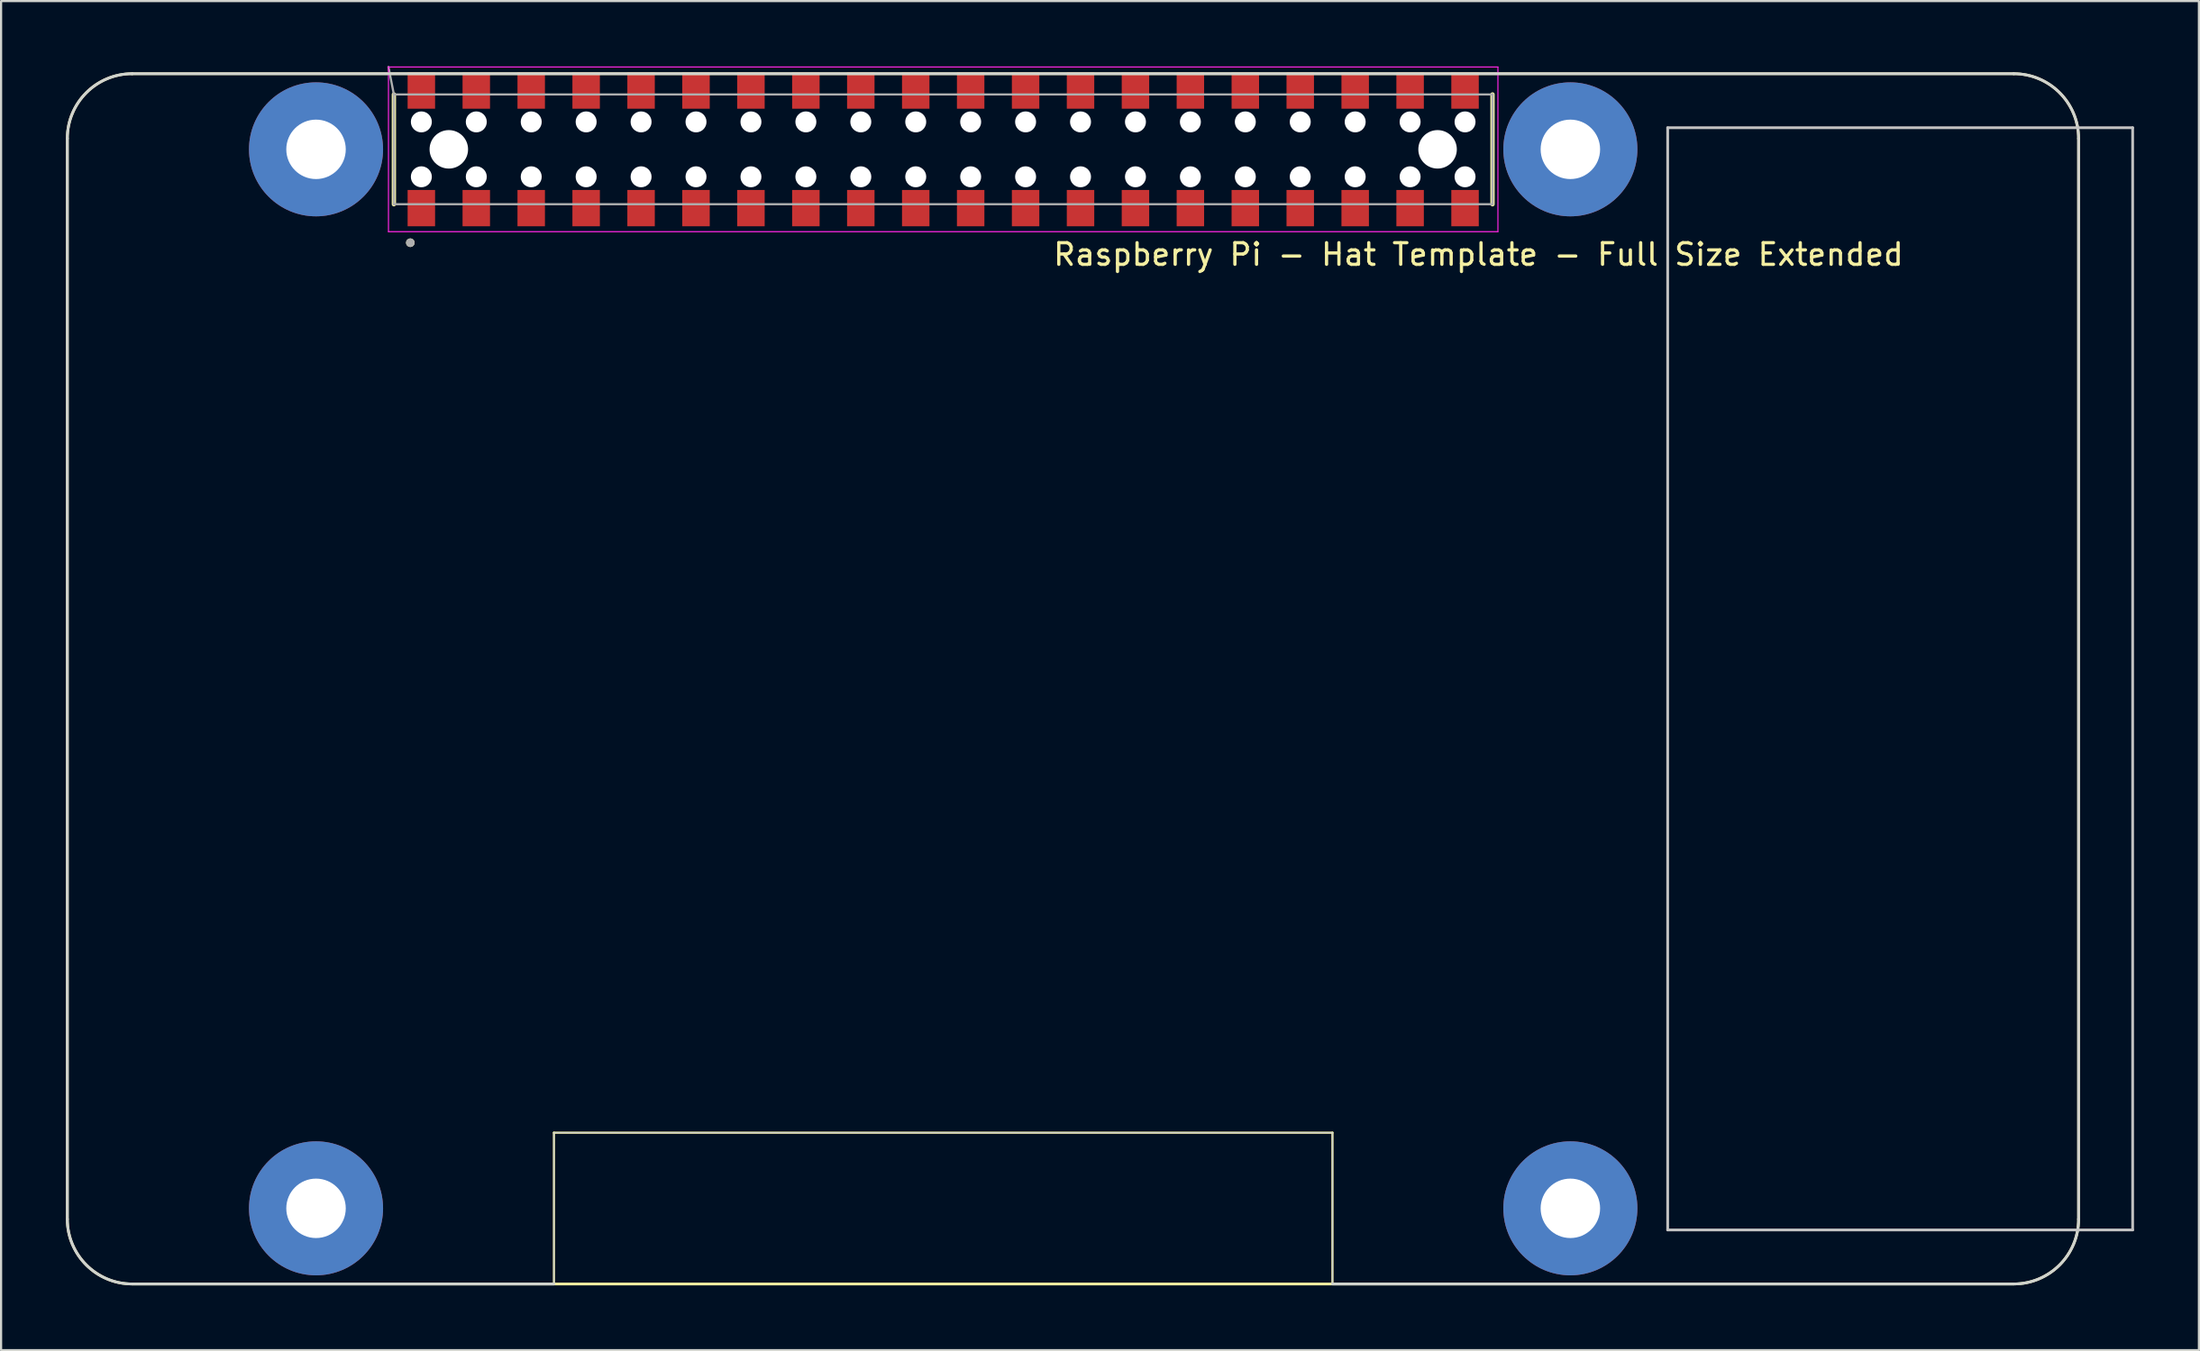
<source format=kicad_pcb>
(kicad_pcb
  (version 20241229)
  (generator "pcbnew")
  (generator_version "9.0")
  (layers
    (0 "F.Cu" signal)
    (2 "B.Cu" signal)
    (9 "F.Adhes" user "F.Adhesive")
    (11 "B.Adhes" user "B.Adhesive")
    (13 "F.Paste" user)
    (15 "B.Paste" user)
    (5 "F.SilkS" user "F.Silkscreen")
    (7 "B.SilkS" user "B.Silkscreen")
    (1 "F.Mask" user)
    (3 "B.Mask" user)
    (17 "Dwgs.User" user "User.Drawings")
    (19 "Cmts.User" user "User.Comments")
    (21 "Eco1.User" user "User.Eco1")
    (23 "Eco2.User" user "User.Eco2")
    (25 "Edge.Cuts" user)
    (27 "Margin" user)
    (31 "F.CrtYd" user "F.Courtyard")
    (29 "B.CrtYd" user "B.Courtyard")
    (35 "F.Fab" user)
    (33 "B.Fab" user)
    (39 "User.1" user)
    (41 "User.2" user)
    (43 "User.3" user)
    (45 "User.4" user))
  (footprint "Raspberry Pi - Hat Template - Full Size Extended"
    (layer "F.Cu")
    (at 40.563 3.86)
    (property "Reference" "Raspberry Pi - Hat Template - Full Size Extended" (at 24.75 4.864 0) (layer "F.SilkS") (effects (font (size 1 1) (thickness 0.15))))
    (attr through_hole)
    (fp_line (start -40.5 -0.5) (end -40.5 49.5) (stroke (width 0.127) (type solid)) (layer "F.SilkS"))
    (fp_line (start -37.5 52.5) (end 49.5 52.5) (stroke (width 0.127) (type solid)) (layer "F.SilkS"))
    (fp_line (start -25.4 2.54) (end -25.4 -2.54) (stroke (width 0.2) (type solid)) (layer "F.SilkS"))
    (fp_line (start -18 45.5) (end -18 52.5) (stroke (width 0.1) (type default)) (layer "F.SilkS"))
    (fp_line (start 18 45.5) (end -18 45.5) (stroke (width 0.1) (type default)) (layer "F.SilkS"))
    (fp_line (start 18 52.5) (end 18 45.5) (stroke (width 0.1) (type default)) (layer "F.SilkS"))
    (fp_line (start 25.4 2.54) (end 25.4 -2.54) (stroke (width 0.2) (type solid)) (layer "F.SilkS"))
    (fp_line (start 49.5 -3.5) (end -37.5 -3.5) (stroke (width 0.127) (type solid)) (layer "F.SilkS"))
    (fp_line (start 52.5 49.5) (end 52.5 -0.5) (stroke (width 0.127) (type solid)) (layer "F.SilkS"))
    (fp_arc (start -40.5 -0.499999) (mid -39.62132 -2.62132) (end -37.499998 -3.5) (stroke (width 0.127) (type solid)) (layer "F.SilkS"))
    (fp_arc (start -37.499999 52.5) (mid -39.62132 51.62132) (end -40.5 49.499999) (stroke (width 0.127) (type solid)) (layer "F.SilkS"))
    (fp_arc (start 49.5 -3.5) (mid 51.62132 -2.62132) (end 52.5 -0.5) (stroke (width 0.127) (type solid)) (layer "F.SilkS"))
    (fp_arc (start 52.5 49.5) (mid 51.62132 51.62132) (end 49.5 52.5) (stroke (width 0.127) (type solid)) (layer "F.SilkS"))
    (fp_circle (center -24.64 4.32) (end -24.74 4.32) (stroke (width 0.2) (type solid)) (fill no) (layer "F.SilkS"))
    (fp_line (start 33.5 -1) (end 33.5 50) (stroke (width 0.127) (type solid)) (layer "Dwgs.User"))
    (fp_line (start 33.5 50) (end 55 50) (stroke (width 0.127) (type solid)) (layer "Dwgs.User"))
    (fp_line (start 55 -1) (end 33.5 -1) (stroke (width 0.127) (type solid)) (layer "Dwgs.User"))
    (fp_line (start 55 50) (end 55 -1) (stroke (width 0.127) (type solid)) (layer "Dwgs.User"))
    (fp_line (start -40.5 -0.5) (end -40.5 49.5) (stroke (width 0.127) (type solid)) (layer "Edge.Cuts"))
    (fp_line (start -37.5 52.5) (end -18 52.5) (stroke (width 0.127) (type solid)) (layer "Edge.Cuts"))
    (fp_line (start -18 45.5) (end 18 45.5) (stroke (width 0.05) (type default)) (layer "Edge.Cuts"))
    (fp_line (start -18 52.5) (end -18 45.5) (stroke (width 0.05) (type default)) (layer "Edge.Cuts"))
    (fp_line (start 18 45.5) (end 18 52.5) (stroke (width 0.05) (type default)) (layer "Edge.Cuts"))
    (fp_line (start 18 52.5) (end 49.5 52.5) (stroke (width 0.127) (type solid)) (layer "Edge.Cuts"))
    (fp_line (start 49.5 -3.5) (end -37.5 -3.5) (stroke (width 0.127) (type solid)) (layer "Edge.Cuts"))
    (fp_line (start 52.5 49.5) (end 52.5 -0.5) (stroke (width 0.127) (type solid)) (layer "Edge.Cuts"))
    (fp_arc (start -40.5 -0.499999) (mid -39.62132 -2.62132) (end -37.499999 -3.5) (stroke (width 0.127) (type solid)) (layer "Edge.Cuts"))
    (fp_arc (start -37.499999 52.5) (mid -39.62132 51.62132) (end -40.5 49.499999) (stroke (width 0.127) (type solid)) (layer "Edge.Cuts"))
    (fp_arc (start 49.5 -3.5) (mid 51.62132 -2.62132) (end 52.5 -0.5) (stroke (width 0.127) (type solid)) (layer "Edge.Cuts"))
    (fp_arc (start 52.5 49.5) (mid 51.62132 51.62132) (end 49.5 52.5) (stroke (width 0.127) (type solid)) (layer "Edge.Cuts"))
    (fp_line (start -25.65 -3.81) (end -25.65 3.81) (stroke (width 0.05) (type solid)) (layer "F.CrtYd"))
    (fp_line (start -25.65 3.81) (end 25.65 3.81) (stroke (width 0.05) (type solid)) (layer "F.CrtYd"))
    (fp_line (start 25.65 -3.81) (end -25.65 -3.81) (stroke (width 0.05) (type solid)) (layer "F.CrtYd"))
    (fp_line (start 25.65 3.81) (end 25.65 -3.81) (stroke (width 0.05) (type solid)) (layer "F.CrtYd"))
    (fp_line (start -25.4 -2.54) (end -25.65 -3.81) (stroke (width 0.1) (type default)) (layer "F.Fab"))
    (fp_line (start -25.4 -2.54) (end -25.4 2.54) (stroke (width 0.1) (type solid)) (layer "F.Fab"))
    (fp_line (start -25.4 2.54) (end 25.4 2.54) (stroke (width 0.1) (type solid)) (layer "F.Fab"))
    (fp_line (start 25.4 -2.54) (end -25.4 -2.54) (stroke (width 0.1) (type solid)) (layer "F.Fab"))
    (fp_line (start 25.4 2.54) (end 25.4 -2.54) (stroke (width 0.1) (type solid)) (layer "F.Fab"))
    (fp_circle (center -24.64 4.32) (end -24.74 4.32) (stroke (width 0.2) (type solid)) (fill no) (layer "F.Fab"))
    (pad "" np_thru_hole circle (at -24.13 -1.27) (size 0.97 0.97) (drill 0.97) (layers "*.Cu" "*.Mask"))
    (pad "" np_thru_hole circle (at -24.13 1.27) (size 0.97 0.97) (drill 0.97) (layers "*.Cu" "*.Mask"))
    (pad "" np_thru_hole circle (at -22.86 0) (size 1.78 1.78) (drill 1.78) (layers "*.Cu" "*.Mask"))
    (pad "" np_thru_hole circle (at -21.59 -1.27) (size 0.97 0.97) (drill 0.97) (layers "*.Cu" "*.Mask"))
    (pad "" np_thru_hole circle (at -21.59 1.27) (size 0.97 0.97) (drill 0.97) (layers "*.Cu" "*.Mask"))
    (pad "" np_thru_hole circle (at -19.05 -1.27) (size 0.97 0.97) (drill 0.97) (layers "*.Cu" "*.Mask"))
    (pad "" np_thru_hole circle (at -19.05 1.27) (size 0.97 0.97) (drill 0.97) (layers "*.Cu" "*.Mask"))
    (pad "" np_thru_hole circle (at -16.51 -1.27) (size 0.97 0.97) (drill 0.97) (layers "*.Cu" "*.Mask"))
    (pad "" np_thru_hole circle (at -16.51 1.27) (size 0.97 0.97) (drill 0.97) (layers "*.Cu" "*.Mask"))
    (pad "" np_thru_hole circle (at -13.97 -1.27) (size 0.97 0.97) (drill 0.97) (layers "*.Cu" "*.Mask"))
    (pad "" np_thru_hole circle (at -13.97 1.27) (size 0.97 0.97) (drill 0.97) (layers "*.Cu" "*.Mask"))
    (pad "" np_thru_hole circle (at -11.43 -1.27) (size 0.97 0.97) (drill 0.97) (layers "*.Cu" "*.Mask"))
    (pad "" np_thru_hole circle (at -11.43 1.27) (size 0.97 0.97) (drill 0.97) (layers "*.Cu" "*.Mask"))
    (pad "" np_thru_hole circle (at -8.89 -1.27) (size 0.97 0.97) (drill 0.97) (layers "*.Cu" "*.Mask"))
    (pad "" np_thru_hole circle (at -8.89 1.27) (size 0.97 0.97) (drill 0.97) (layers "*.Cu" "*.Mask"))
    (pad "" np_thru_hole circle (at -6.35 -1.27) (size 0.97 0.97) (drill 0.97) (layers "*.Cu" "*.Mask"))
    (pad "" np_thru_hole circle (at -6.35 1.27) (size 0.97 0.97) (drill 0.97) (layers "*.Cu" "*.Mask"))
    (pad "" np_thru_hole circle (at -3.81 -1.27) (size 0.97 0.97) (drill 0.97) (layers "*.Cu" "*.Mask"))
    (pad "" np_thru_hole circle (at -3.81 1.27) (size 0.97 0.97) (drill 0.97) (layers "*.Cu" "*.Mask"))
    (pad "" np_thru_hole circle (at -1.27 -1.27) (size 0.97 0.97) (drill 0.97) (layers "*.Cu" "*.Mask"))
    (pad "" np_thru_hole circle (at -1.27 1.27) (size 0.97 0.97) (drill 0.97) (layers "*.Cu" "*.Mask"))
    (pad "" np_thru_hole circle (at 1.27 -1.27) (size 0.97 0.97) (drill 0.97) (layers "*.Cu" "*.Mask"))
    (pad "" np_thru_hole circle (at 1.27 1.27) (size 0.97 0.97) (drill 0.97) (layers "*.Cu" "*.Mask"))
    (pad "" np_thru_hole circle (at 3.81 -1.27) (size 0.97 0.97) (drill 0.97) (layers "*.Cu" "*.Mask"))
    (pad "" np_thru_hole circle (at 3.81 1.27) (size 0.97 0.97) (drill 0.97) (layers "*.Cu" "*.Mask"))
    (pad "" np_thru_hole circle (at 6.35 -1.27) (size 0.97 0.97) (drill 0.97) (layers "*.Cu" "*.Mask"))
    (pad "" np_thru_hole circle (at 6.35 1.27) (size 0.97 0.97) (drill 0.97) (layers "*.Cu" "*.Mask"))
    (pad "" np_thru_hole circle (at 8.89 -1.27) (size 0.97 0.97) (drill 0.97) (layers "*.Cu" "*.Mask"))
    (pad "" np_thru_hole circle (at 8.89 1.27) (size 0.97 0.97) (drill 0.97) (layers "*.Cu" "*.Mask"))
    (pad "" np_thru_hole circle (at 11.43 -1.27) (size 0.97 0.97) (drill 0.97) (layers "*.Cu" "*.Mask"))
    (pad "" np_thru_hole circle (at 11.43 1.27) (size 0.97 0.97) (drill 0.97) (layers "*.Cu" "*.Mask"))
    (pad "" np_thru_hole circle (at 13.97 -1.27) (size 0.97 0.97) (drill 0.97) (layers "*.Cu" "*.Mask"))
    (pad "" np_thru_hole circle (at 13.97 1.27) (size 0.97 0.97) (drill 0.97) (layers "*.Cu" "*.Mask"))
    (pad "" np_thru_hole circle (at 16.51 -1.27) (size 0.97 0.97) (drill 0.97) (layers "*.Cu" "*.Mask"))
    (pad "" np_thru_hole circle (at 16.51 1.27) (size 0.97 0.97) (drill 0.97) (layers "*.Cu" "*.Mask"))
    (pad "" np_thru_hole circle (at 19.05 -1.27) (size 0.97 0.97) (drill 0.97) (layers "*.Cu" "*.Mask"))
    (pad "" np_thru_hole circle (at 19.05 1.27) (size 0.97 0.97) (drill 0.97) (layers "*.Cu" "*.Mask"))
    (pad "" np_thru_hole circle (at 21.59 -1.27) (size 0.97 0.97) (drill 0.97) (layers "*.Cu" "*.Mask"))
    (pad "" np_thru_hole circle (at 21.59 1.27) (size 0.97 0.97) (drill 0.97) (layers "*.Cu" "*.Mask"))
    (pad "" np_thru_hole circle (at 22.86 0) (size 1.78 1.78) (drill 1.78) (layers "*.Cu" "*.Mask"))
    (pad "" np_thru_hole circle (at 24.13 -1.27) (size 0.97 0.97) (drill 0.97) (layers "*.Cu" "*.Mask"))
    (pad "" np_thru_hole circle (at 24.13 1.27) (size 0.97 0.97) (drill 0.97) (layers "*.Cu" "*.Mask"))
    (pad "01" smd rect (at -24.13 2.72) (size 1.27 1.68) (layers "F.Cu" "F.Mask" "F.Paste"))
    (pad "02" smd rect (at -24.13 -2.72) (size 1.27 1.68) (layers "F.Cu" "F.Mask" "F.Paste"))
    (pad "03" smd rect (at -21.59 2.72) (size 1.27 1.68) (layers "F.Cu" "F.Mask" "F.Paste"))
    (pad "04" smd rect (at -21.59 -2.72) (size 1.27 1.68) (layers "F.Cu" "F.Mask" "F.Paste"))
    (pad "05" smd rect (at -19.05 2.72) (size 1.27 1.68) (layers "F.Cu" "F.Mask" "F.Paste"))
    (pad "06" smd rect (at -19.05 -2.72) (size 1.27 1.68) (layers "F.Cu" "F.Mask" "F.Paste"))
    (pad "07" smd rect (at -16.51 2.72) (size 1.27 1.68) (layers "F.Cu" "F.Mask" "F.Paste"))
    (pad "08" smd rect (at -16.51 -2.72) (size 1.27 1.68) (layers "F.Cu" "F.Mask" "F.Paste"))
    (pad "09" smd rect (at -13.97 2.72) (size 1.27 1.68) (layers "F.Cu" "F.Mask" "F.Paste"))
    (pad "10" smd rect (at -13.97 -2.72) (size 1.27 1.68) (layers "F.Cu" "F.Mask" "F.Paste"))
    (pad "11" smd rect (at -11.43 2.72) (size 1.27 1.68) (layers "F.Cu" "F.Mask" "F.Paste"))
    (pad "12" smd rect (at -11.43 -2.72) (size 1.27 1.68) (layers "F.Cu" "F.Mask" "F.Paste"))
    (pad "13" smd rect (at -8.89 2.72) (size 1.27 1.68) (layers "F.Cu" "F.Mask" "F.Paste"))
    (pad "14" smd rect (at -8.89 -2.72) (size 1.27 1.68) (layers "F.Cu" "F.Mask" "F.Paste"))
    (pad "15" smd rect (at -6.35 2.72) (size 1.27 1.68) (layers "F.Cu" "F.Mask" "F.Paste"))
    (pad "16" smd rect (at -6.35 -2.72) (size 1.27 1.68) (layers "F.Cu" "F.Mask" "F.Paste"))
    (pad "17" smd rect (at -3.81 2.72) (size 1.27 1.68) (layers "F.Cu" "F.Mask" "F.Paste"))
    (pad "18" smd rect (at -3.81 -2.72) (size 1.27 1.68) (layers "F.Cu" "F.Mask" "F.Paste"))
    (pad "19" smd rect (at -1.27 2.72) (size 1.27 1.68) (layers "F.Cu" "F.Mask" "F.Paste"))
    (pad "20" smd rect (at -1.27 -2.72) (size 1.27 1.68) (layers "F.Cu" "F.Mask" "F.Paste"))
    (pad "21" smd rect (at 1.27 2.72) (size 1.27 1.68) (layers "F.Cu" "F.Mask" "F.Paste"))
    (pad "22" smd rect (at 1.27 -2.72) (size 1.27 1.68) (layers "F.Cu" "F.Mask" "F.Paste"))
    (pad "23" smd rect (at 3.81 2.72) (size 1.27 1.68) (layers "F.Cu" "F.Mask" "F.Paste"))
    (pad "24" smd rect (at 3.81 -2.72) (size 1.27 1.68) (layers "F.Cu" "F.Mask" "F.Paste"))
    (pad "25" smd rect (at 6.35 2.72) (size 1.27 1.68) (layers "F.Cu" "F.Mask" "F.Paste"))
    (pad "26" smd rect (at 6.35 -2.72) (size 1.27 1.68) (layers "F.Cu" "F.Mask" "F.Paste"))
    (pad "27" smd rect (at 8.89 2.72) (size 1.27 1.68) (layers "F.Cu" "F.Mask" "F.Paste"))
    (pad "28" smd rect (at 8.89 -2.72) (size 1.27 1.68) (layers "F.Cu" "F.Mask" "F.Paste"))
    (pad "29" smd rect (at 11.43 2.72) (size 1.27 1.68) (layers "F.Cu" "F.Mask" "F.Paste"))
    (pad "30" smd rect (at 11.43 -2.72) (size 1.27 1.68) (layers "F.Cu" "F.Mask" "F.Paste"))
    (pad "31" smd rect (at 13.97 2.72) (size 1.27 1.68) (layers "F.Cu" "F.Mask" "F.Paste"))
    (pad "32" smd rect (at 13.97 -2.72) (size 1.27 1.68) (layers "F.Cu" "F.Mask" "F.Paste"))
    (pad "33" smd rect (at 16.51 2.72) (size 1.27 1.68) (layers "F.Cu" "F.Mask" "F.Paste"))
    (pad "34" smd rect (at 16.51 -2.72) (size 1.27 1.68) (layers "F.Cu" "F.Mask" "F.Paste"))
    (pad "35" smd rect (at 19.05 2.72) (size 1.27 1.68) (layers "F.Cu" "F.Mask" "F.Paste"))
    (pad "36" smd rect (at 19.05 -2.72) (size 1.27 1.68) (layers "F.Cu" "F.Mask" "F.Paste"))
    (pad "37" smd rect (at 21.59 2.72) (size 1.27 1.68) (layers "F.Cu" "F.Mask" "F.Paste"))
    (pad "38" smd rect (at 21.59 -2.72) (size 1.27 1.68) (layers "F.Cu" "F.Mask" "F.Paste"))
    (pad "39" smd rect (at 24.13 2.72) (size 1.27 1.68) (layers "F.Cu" "F.Mask" "F.Paste"))
    (pad "40" smd rect (at 24.13 -2.72) (size 1.27 1.68) (layers "F.Cu" "F.Mask" "F.Paste"))
    (pad "S1" thru_hole circle (at -29 0) (size 6.2 6.2) (drill 2.75) (layers "*.Cu" "*.Mask"))
    (pad "S2" thru_hole circle (at 29 0) (size 6.2 6.2) (drill 2.75) (layers "*.Cu" "*.Mask"))
    (pad "S3" thru_hole circle (at 29 49) (size 6.2 6.2) (drill 2.75) (layers "*.Cu" "*.Mask"))
    (pad "S4" thru_hole circle (at -29 49) (size 6.2 6.2) (drill 2.75) (layers "*.Cu" "*.Mask")))
  (gr_rect
    (start -3 -3)
    (end 98.627 59.423)
    (stroke (width 0.1) (type default))
    (fill no)
    (layer "Edge.Cuts")))
</source>
